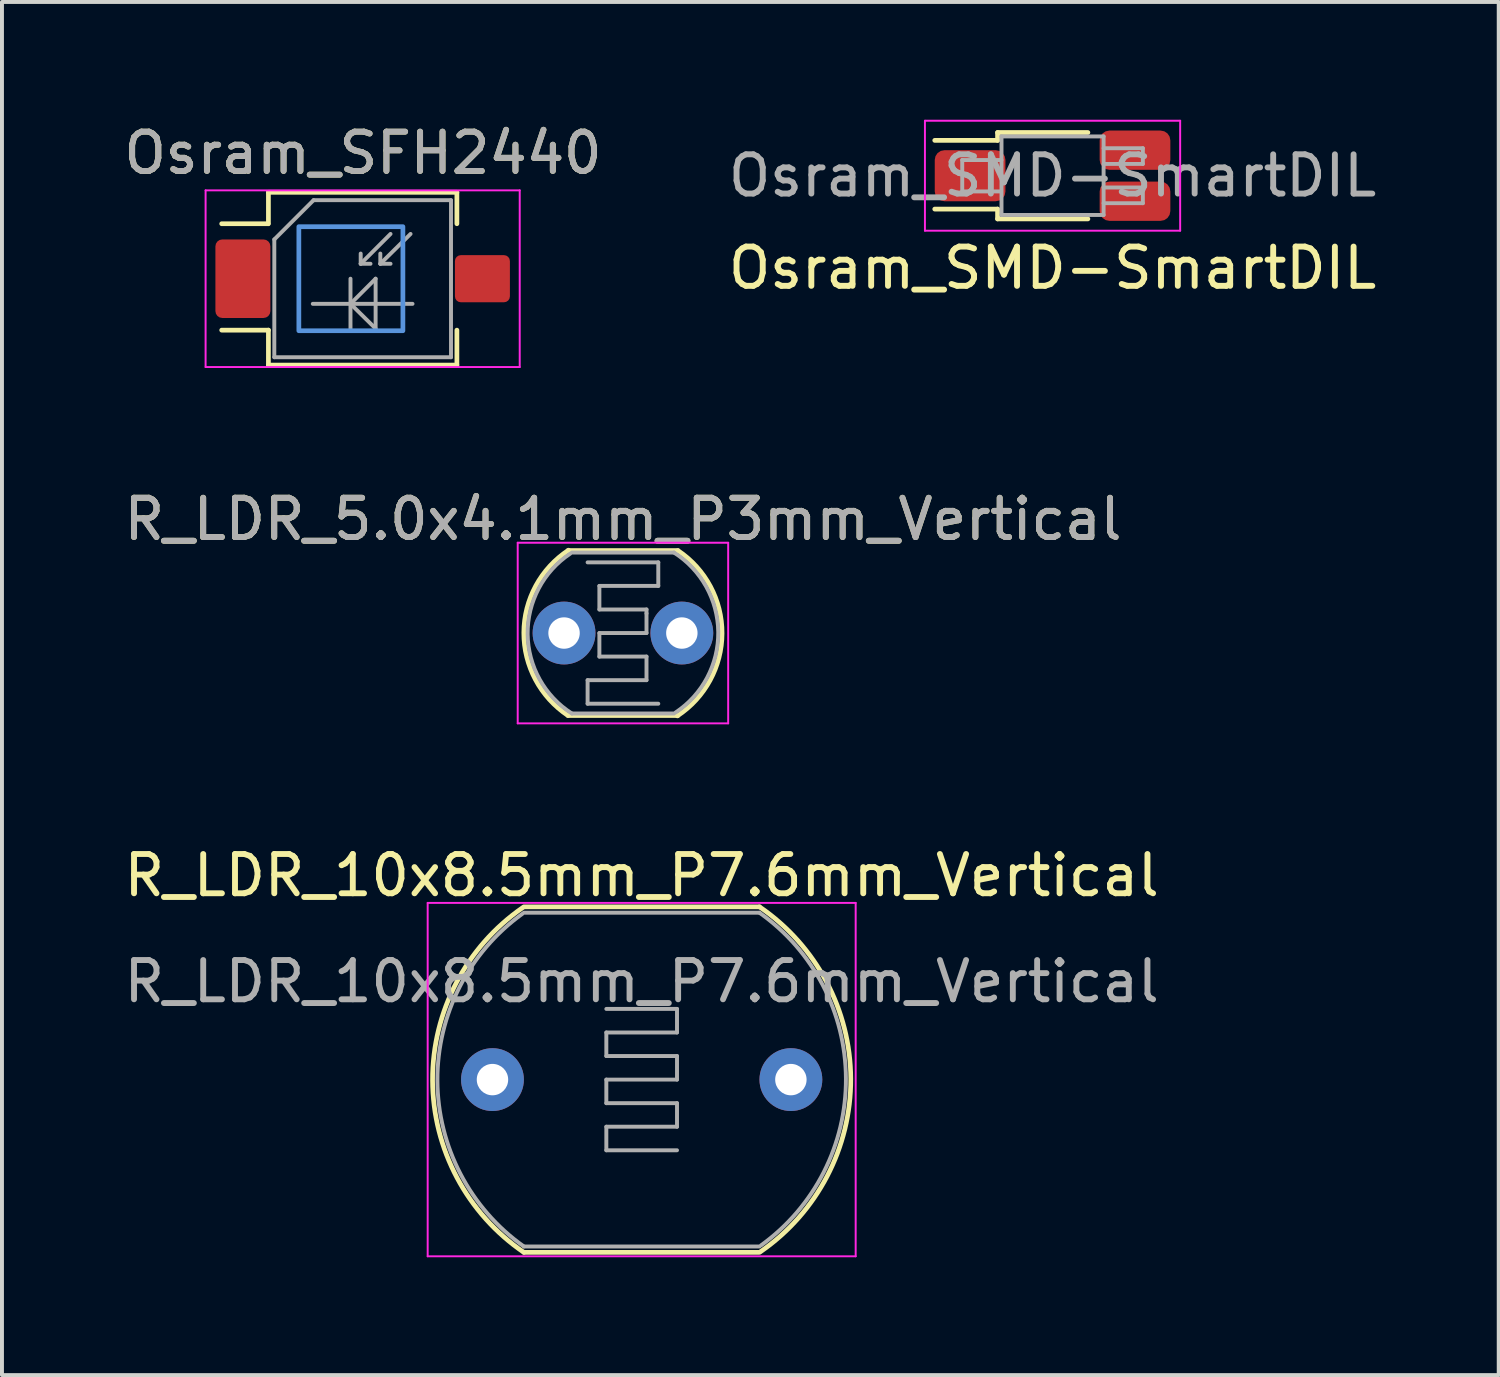
<source format=kicad_pcb>
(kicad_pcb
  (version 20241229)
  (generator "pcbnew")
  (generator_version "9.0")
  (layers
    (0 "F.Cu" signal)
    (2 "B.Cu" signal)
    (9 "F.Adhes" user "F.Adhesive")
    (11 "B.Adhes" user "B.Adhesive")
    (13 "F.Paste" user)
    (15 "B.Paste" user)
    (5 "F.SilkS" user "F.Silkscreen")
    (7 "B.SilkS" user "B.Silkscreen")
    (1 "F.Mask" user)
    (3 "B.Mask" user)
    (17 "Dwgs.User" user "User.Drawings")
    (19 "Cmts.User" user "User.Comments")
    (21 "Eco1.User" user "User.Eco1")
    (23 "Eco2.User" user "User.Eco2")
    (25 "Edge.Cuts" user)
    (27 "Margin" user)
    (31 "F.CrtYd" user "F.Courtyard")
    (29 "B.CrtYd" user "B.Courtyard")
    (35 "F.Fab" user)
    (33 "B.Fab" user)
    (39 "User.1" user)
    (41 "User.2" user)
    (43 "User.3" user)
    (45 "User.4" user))
  (footprint "Osram_SMD-SmartDIL"
    (layer "F.Cu")
    (at 23.756 1.425)
    (property "Reference" "Osram_SMD-SmartDIL" (at 0 2.35 0) (layer "F.SilkS") (effects (font (size 1 1) (thickness 0.15))))
    (attr smd)
    (fp_line (start -1.4 -1.1) (end -1.4 -0.9) (stroke (width 0.12) (type solid)) (layer "F.SilkS"))
    (fp_line (start -1.4 -1.1) (end 0.9 -1.1) (stroke (width 0.12) (type solid)) (layer "F.SilkS"))
    (fp_line (start -1.4 -0.9) (end -3 -0.9) (stroke (width 0.12) (type solid)) (layer "F.SilkS"))
    (fp_line (start -1.4 0.85) (end -3 0.85) (stroke (width 0.12) (type solid)) (layer "F.SilkS"))
    (fp_line (start -1.4 1.1) (end -1.4 0.85) (stroke (width 0.12) (type solid)) (layer "F.SilkS"))
    (fp_line (start 0.9 1.1) (end -1.4 1.1) (stroke (width 0.12) (type solid)) (layer "F.SilkS"))
    (fp_line (start -3.25 -1.4) (end -3.25 1.4) (stroke (width 0.05) (type solid)) (layer "F.CrtYd"))
    (fp_line (start -3.25 -1.4) (end 3.25 -1.4) (stroke (width 0.05) (type solid)) (layer "F.CrtYd"))
    (fp_line (start 3.25 1.4) (end -3.25 1.4) (stroke (width 0.05) (type solid)) (layer "F.CrtYd"))
    (fp_line (start 3.25 1.4) (end 3.25 -1.4) (stroke (width 0.05) (type solid)) (layer "F.CrtYd"))
    (fp_line (start -2.3 -0.4) (end -2.3 0.4) (stroke (width 0.1) (type solid)) (layer "F.Fab"))
    (fp_line (start -2.3 0.4) (end -1.35 0.4) (stroke (width 0.1) (type solid)) (layer "F.Fab"))
    (fp_line (start -1.3 -1) (end -1.3 1) (stroke (width 0.1) (type solid)) (layer "F.Fab"))
    (fp_line (start -1.3 -0.4) (end -2.3 -0.4) (stroke (width 0.1) (type solid)) (layer "F.Fab"))
    (fp_line (start -1.3 1) (end 1.3 1) (stroke (width 0.1) (type solid)) (layer "F.Fab"))
    (fp_line (start 1.3 -1) (end -1.3 -1) (stroke (width 0.1) (type solid)) (layer "F.Fab"))
    (fp_line (start 1.3 -0.7) (end 2.3 -0.7) (stroke (width 0.1) (type solid)) (layer "F.Fab"))
    (fp_line (start 1.3 0.3) (end 2.3 0.3) (stroke (width 0.1) (type solid)) (layer "F.Fab"))
    (fp_line (start 1.3 1) (end 1.3 -1) (stroke (width 0.1) (type solid)) (layer "F.Fab"))
    (fp_line (start 2.3 -0.7) (end 2.3 -0.3) (stroke (width 0.1) (type solid)) (layer "F.Fab"))
    (fp_line (start 2.3 -0.3) (end 1.3 -0.3) (stroke (width 0.1) (type solid)) (layer "F.Fab"))
    (fp_line (start 2.3 0.3) (end 2.3 0.7) (stroke (width 0.1) (type solid)) (layer "F.Fab"))
    (fp_line (start 2.3 0.7) (end 1.3 0.7) (stroke (width 0.1) (type solid)) (layer "F.Fab"))
    (fp_text user "${REFERENCE}" (at 0 0 0) (layer "F.Fab") (effects (font (size 1 1) (thickness 0.15))))
    (pad "1" smd roundrect (at -2.1 0 180) (size 1.8 1.3) (layers "F.Cu" "F.Mask" "F.Paste") (roundrect_rratio 0.19))
    (pad "2" smd roundrect (at 2.1 -0.65 180) (size 1.8 1) (layers "F.Cu" "F.Mask" "F.Paste") (roundrect_rratio 0.25))
    (pad "3" smd roundrect (at 2.1 0.65 180) (size 1.8 1) (layers "F.Cu" "F.Mask" "F.Paste") (roundrect_rratio 0.25)))
  (footprint "R_LDR_5.0x4.1mm_P3mm_Vertical"
    (layer "F.Cu")
    (at 11.315 13.072)
    (property "Reference" "R_LDR_5.0x4.1mm_P3mm_Vertical" (at 1.5 -2.9 0) (layer "F.SilkS") (effects (font (size 1 1) (thickness 0.15))))
    (attr through_hole)
    (fp_line (start 0.1 -2.1) (end 2.9 -2.1) (stroke (width 0.12) (type solid)) (layer "F.SilkS"))
    (fp_line (start 0.1 2.1) (end 2.9 2.1) (stroke (width 0.12) (type solid)) (layer "F.SilkS"))
    (fp_arc (start 0.1 2.1) (mid -1.023872 -0.008372) (end 0.113963 -2.109242) (stroke (width 0.12) (type solid)) (layer "F.SilkS"))
    (fp_arc (start 2.9 -2.1) (mid 4.023872 0.008372) (end 2.886037 2.109242) (stroke (width 0.12) (type solid)) (layer "F.SilkS"))
    (fp_line (start -1.18 -2.3) (end -1.18 2.3) (stroke (width 0.05) (type solid)) (layer "F.CrtYd"))
    (fp_line (start -1.18 -2.3) (end 4.18 -2.3) (stroke (width 0.05) (type solid)) (layer "F.CrtYd"))
    (fp_line (start 4.18 2.3) (end -1.18 2.3) (stroke (width 0.05) (type solid)) (layer "F.CrtYd"))
    (fp_line (start 4.18 2.3) (end 4.18 -2.3) (stroke (width 0.05) (type solid)) (layer "F.CrtYd"))
    (fp_line (start 0.2 -2.05) (end 2.8 -2.05) (stroke (width 0.1) (type solid)) (layer "F.Fab"))
    (fp_line (start 0.6 -1.8) (end 2.4 -1.8) (stroke (width 0.1) (type solid)) (layer "F.Fab"))
    (fp_line (start 0.6 1.2) (end 0.6 1.8) (stroke (width 0.1) (type solid)) (layer "F.Fab"))
    (fp_line (start 0.6 1.2) (end 2.1 1.2) (stroke (width 0.1) (type solid)) (layer "F.Fab"))
    (fp_line (start 0.6 1.8) (end 2.4 1.8) (stroke (width 0.1) (type solid)) (layer "F.Fab"))
    (fp_line (start 0.9 -1.2) (end 2.4 -1.2) (stroke (width 0.1) (type solid)) (layer "F.Fab"))
    (fp_line (start 0.9 -0.6) (end 0.9 -1.2) (stroke (width 0.1) (type solid)) (layer "F.Fab"))
    (fp_line (start 0.9 0) (end 2.1 0) (stroke (width 0.1) (type solid)) (layer "F.Fab"))
    (fp_line (start 0.9 0.6) (end 0.9 0) (stroke (width 0.1) (type solid)) (layer "F.Fab"))
    (fp_line (start 2.1 -0.6) (end 0.9 -0.6) (stroke (width 0.1) (type solid)) (layer "F.Fab"))
    (fp_line (start 2.1 -0.5) (end 2.1 -0.6) (stroke (width 0.1) (type solid)) (layer "F.Fab"))
    (fp_line (start 2.1 0) (end 2.1 -0.5) (stroke (width 0.1) (type solid)) (layer "F.Fab"))
    (fp_line (start 2.1 0.6) (end 0.9 0.6) (stroke (width 0.1) (type solid)) (layer "F.Fab"))
    (fp_line (start 2.1 1.2) (end 2.1 0.6) (stroke (width 0.1) (type solid)) (layer "F.Fab"))
    (fp_line (start 2.4 -1.8) (end 2.4 -1.2) (stroke (width 0.1) (type solid)) (layer "F.Fab"))
    (fp_line (start 2.8 2.05) (end 0.2 2.05) (stroke (width 0.1) (type solid)) (layer "F.Fab"))
    (fp_arc (start 0.2 2.05) (mid -0.927305 0.026239) (end 0.155989 -2.021419) (stroke (width 0.1) (type solid)) (layer "F.Fab"))
    (fp_arc (start 2.8 -2.05) (mid 3.927305 -0.026239) (end 2.844011 2.021419) (stroke (width 0.1) (type solid)) (layer "F.Fab"))
    (fp_text user "${REFERENCE}" (at 1.5 -2.9 0) (layer "F.Fab") (effects (font (size 1 1) (thickness 0.15))))
    (pad "1" thru_hole circle (at 0 0) (size 1.6 1.6) (drill 0.8) (layers "*.Cu" "*.Mask"))
    (pad "2" thru_hole circle (at 3 0) (size 1.6 1.6) (drill 0.8) (layers "*.Cu" "*.Mask")))
  (footprint "Osram_SFH2440"
    (layer "F.Cu")
    (at 6.186 4.048)
    (property "Reference" "Osram_SFH2440" (at 0.01 -3.2 0) (layer "F.SilkS") (effects (font (size 1 1) (thickness 0.15))))
    (attr smd)
    (fp_line (start -3.59 1.31) (end -2.4 1.31) (stroke (width 0.12) (type solid)) (layer "F.SilkS"))
    (fp_line (start -2.41 -1.4) (end -3.59 -1.4) (stroke (width 0.12) (type solid)) (layer "F.SilkS"))
    (fp_line (start -2.4 -2.2) (end -2.4 -1.4) (stroke (width 0.12) (type solid)) (layer "F.SilkS"))
    (fp_line (start -2.4 1.31) (end -2.4 2.2) (stroke (width 0.12) (type solid)) (layer "F.SilkS"))
    (fp_line (start -2.4 2.2) (end 2.4 2.2) (stroke (width 0.12) (type solid)) (layer "F.SilkS"))
    (fp_line (start 2.4 -2.2) (end -2.4 -2.2) (stroke (width 0.12) (type solid)) (layer "F.SilkS"))
    (fp_line (start 2.4 -1.4) (end 2.4 -2.2) (stroke (width 0.12) (type solid)) (layer "F.SilkS"))
    (fp_line (start 2.4 2.2) (end 2.4 1.31) (stroke (width 0.12) (type solid)) (layer "F.SilkS"))
    (fp_rect (start -1.625 -1.325) (end 1.025 1.325) (stroke (width 0.12) (type solid)) (fill no) (layer "Cmts.User"))
    (fp_line (start -4 -2.25) (end -4 2.25) (stroke (width 0.05) (type solid)) (layer "F.CrtYd"))
    (fp_line (start -4 -2.25) (end 4 -2.25) (stroke (width 0.05) (type solid)) (layer "F.CrtYd"))
    (fp_line (start 4 2.25) (end -4 2.25) (stroke (width 0.05) (type solid)) (layer "F.CrtYd"))
    (fp_line (start 4 2.25) (end 4 -2.25) (stroke (width 0.05) (type solid)) (layer "F.CrtYd"))
    (fp_line (start -2.25 -1) (end -2.25 2) (stroke (width 0.1) (type solid)) (layer "F.Fab"))
    (fp_line (start -2.25 -1) (end -1.25 -2) (stroke (width 0.1) (type solid)) (layer "F.Fab"))
    (fp_line (start -1.27 0.64) (end 1.27 0.64) (stroke (width 0.1) (type solid)) (layer "F.Fab"))
    (fp_line (start -1.25 -2) (end 2.25 -2) (stroke (width 0.1) (type solid)) (layer "F.Fab"))
    (fp_line (start -0.31 0) (end -0.31 1.27) (stroke (width 0.1) (type solid)) (layer "F.Fab"))
    (fp_line (start -0.31 0.64) (end 0.33 0) (stroke (width 0.1) (type solid)) (layer "F.Fab"))
    (fp_line (start -0.05 -0.38) (end -0.05 -0.64) (stroke (width 0.1) (type solid)) (layer "F.Fab"))
    (fp_line (start -0.05 -0.38) (end 0.2 -0.38) (stroke (width 0.1) (type solid)) (layer "F.Fab"))
    (fp_line (start 0.33 0) (end 0.33 1.27) (stroke (width 0.1) (type solid)) (layer "F.Fab"))
    (fp_line (start 0.33 1.27) (end -0.31 0.64) (stroke (width 0.1) (type solid)) (layer "F.Fab"))
    (fp_line (start 0.45 -0.38) (end 0.45 -0.64) (stroke (width 0.1) (type solid)) (layer "F.Fab"))
    (fp_line (start 0.45 -0.38) (end 0.71 -0.38) (stroke (width 0.1) (type solid)) (layer "F.Fab"))
    (fp_line (start 0.71 -1.14) (end -0.05 -0.38) (stroke (width 0.1) (type solid)) (layer "F.Fab"))
    (fp_line (start 1.22 -1.14) (end 0.45 -0.38) (stroke (width 0.1) (type solid)) (layer "F.Fab"))
    (fp_line (start 2.25 -2) (end 2.25 2) (stroke (width 0.1) (type solid)) (layer "F.Fab"))
    (fp_line (start 2.25 2) (end -2.25 2) (stroke (width 0.1) (type solid)) (layer "F.Fab"))
    (fp_text user "${REFERENCE}" (at 0.01 -3.2 0) (layer "F.Fab") (effects (font (size 1 1) (thickness 0.15))))
    (pad "" smd roundrect (at -3.05 0 180) (size 1.3 1.9) (layers "F.Paste") (roundrect_rratio 0.125))
    (pad "" smd roundrect (at -3.05 0 180) (size 1.5 2.1) (layers "F.Mask") (roundrect_rratio 0.125))
    (pad "" smd roundrect (at 3.05 0 180) (size 1.3 1.1) (layers "F.Paste") (roundrect_rratio 0.125))
    (pad "" smd roundrect (at 3.05 0 180) (size 1.5 1.3) (layers "F.Mask") (roundrect_rratio 0.125))
    (pad "1" smd roundrect (at -3.05 0 180) (size 1.4 2) (layers "F.Cu" "F.Mask") (roundrect_rratio 0.125))
    (pad "2" smd roundrect (at 3.05 0 180) (size 1.4 1.2) (layers "F.Cu" "F.Mask") (roundrect_rratio 0.125)))
  (footprint "R_LDR_10x8.5mm_P7.6mm_Vertical"
    (layer "F.Cu")
    (at 9.492 24.445)
    (property "Reference" "R_LDR_10x8.5mm_P7.6mm_Vertical" (at 3.8 -5.2 0) (layer "F.SilkS") (effects (font (size 1 1) (thickness 0.15))))
    (attr through_hole)
    (fp_line (start 0.8 -4.4) (end 6.8 -4.4) (stroke (width 0.12) (type solid)) (layer "F.SilkS"))
    (fp_line (start 0.8 4.4) (end 6.8 4.4) (stroke (width 0.12) (type solid)) (layer "F.SilkS"))
    (fp_arc (start 0.8 4.4) (mid -1.525374 0.019809) (end 0.76735 -4.37756) (stroke (width 0.12) (type solid)) (layer "F.SilkS"))
    (fp_arc (start 6.8 -4.4) (mid 9.125374 -0.019809) (end 6.83265 4.37756) (stroke (width 0.12) (type solid)) (layer "F.SilkS"))
    (fp_line (start -1.65 -4.5) (end -1.65 4.5) (stroke (width 0.05) (type solid)) (layer "F.CrtYd"))
    (fp_line (start -1.65 -4.5) (end 9.25 -4.5) (stroke (width 0.05) (type solid)) (layer "F.CrtYd"))
    (fp_line (start 9.25 4.5) (end -1.65 4.5) (stroke (width 0.05) (type solid)) (layer "F.CrtYd"))
    (fp_line (start 9.25 4.5) (end 9.25 -4.5) (stroke (width 0.05) (type solid)) (layer "F.CrtYd"))
    (fp_line (start 0.8 -4.25) (end 6.8 -4.25) (stroke (width 0.1) (type solid)) (layer "F.Fab"))
    (fp_line (start 2.9 -1.8) (end 4.7 -1.8) (stroke (width 0.1) (type solid)) (layer "F.Fab"))
    (fp_line (start 2.9 -1.2) (end 2.9 -0.6) (stroke (width 0.1) (type solid)) (layer "F.Fab"))
    (fp_line (start 2.9 -0.6) (end 4.7 -0.6) (stroke (width 0.1) (type solid)) (layer "F.Fab"))
    (fp_line (start 2.9 0) (end 2.9 0.6) (stroke (width 0.1) (type solid)) (layer "F.Fab"))
    (fp_line (start 2.9 0.6) (end 4.7 0.6) (stroke (width 0.1) (type solid)) (layer "F.Fab"))
    (fp_line (start 2.9 1.2) (end 2.9 1.8) (stroke (width 0.1) (type solid)) (layer "F.Fab"))
    (fp_line (start 2.9 1.8) (end 4.7 1.8) (stroke (width 0.1) (type solid)) (layer "F.Fab"))
    (fp_line (start 4.7 -1.8) (end 4.7 -1.2) (stroke (width 0.1) (type solid)) (layer "F.Fab"))
    (fp_line (start 4.7 -1.2) (end 2.9 -1.2) (stroke (width 0.1) (type solid)) (layer "F.Fab"))
    (fp_line (start 4.7 -0.6) (end 4.7 0) (stroke (width 0.1) (type solid)) (layer "F.Fab"))
    (fp_line (start 4.7 0) (end 2.9 0) (stroke (width 0.1) (type solid)) (layer "F.Fab"))
    (fp_line (start 4.7 0.6) (end 4.7 1.2) (stroke (width 0.1) (type solid)) (layer "F.Fab"))
    (fp_line (start 4.7 1.2) (end 2.9 1.2) (stroke (width 0.1) (type solid)) (layer "F.Fab"))
    (fp_line (start 6.8 4.25) (end 0.8 4.25) (stroke (width 0.1) (type solid)) (layer "F.Fab"))
    (fp_arc (start 0.8 4.25) (mid -1.4021 0.025641) (end 0.758251 -4.22022) (stroke (width 0.1) (type solid)) (layer "F.Fab"))
    (fp_arc (start 6.8 -4.25) (mid 9.0021 -0.025641) (end 6.841749 4.22022) (stroke (width 0.1) (type solid)) (layer "F.Fab"))
    (fp_text user "${REFERENCE}" (at 3.8 -2.5 0) (layer "F.Fab") (effects (font (size 1 1) (thickness 0.15))))
    (pad "1" thru_hole circle (at 0 0) (size 1.6 1.6) (drill 0.8) (layers "*.Cu" "*.Mask"))
    (pad "2" thru_hole circle (at 7.6 0) (size 1.6 1.6) (drill 0.8) (layers "*.Cu" "*.Mask")))
  (gr_rect
    (start -3 -3)
    (end 35.119 31.97)
    (stroke (width 0.1) (type default))
    (fill no)
    (layer "Edge.Cuts")))
</source>
